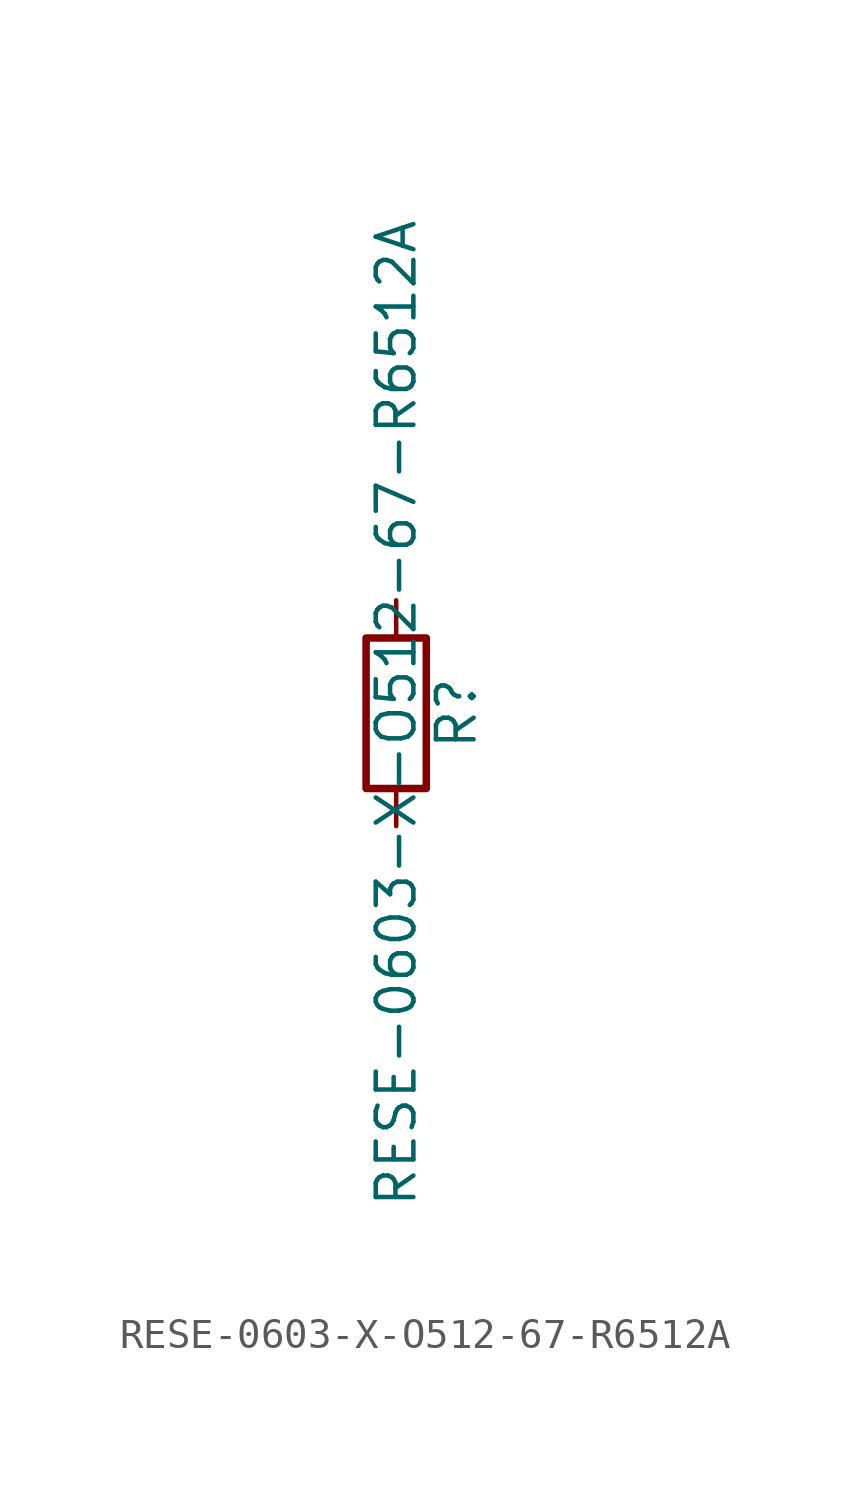
<source format=kicad_sym>
(kicad_symbol_lib
  (version 20211014)
  (generator kicad_symbol_editor)
  (symbol "RESE-0603-X-O512-67-R6512A"
    (pin_numbers hide)
    (pin_names
      (offset 0))
    (property "Reference" "R"
      (at 2.032 0 90)
      (effects (font (size 1.27 1.27))))
    (property "Value" "RESE-0603-X-O512-67-R6512A"
      (at 0 0 90)
      (effects (font (size 1.27 1.27))))
    (symbol "RESE-0603-X-O512-67-R6512A_0_1"
      (rectangle (start -1.016 -2.54) (end 1.016 2.54) (stroke (width 0.254) (type default) (color 0 0 0 0)) (fill (type none))))
    (symbol "RESE-0603-X-O512-67-R6512A_1_1"
      (pin passive line (at 0 3.81 270) (length 1.27) (name "~" (effects (font (size 1.27 1.27)))) (number "1" (effects (font (size 1.27 1.27)))))
      (pin passive line (at 0 -3.81 90) (length 1.27) (name "~" (effects (font (size 1.27 1.27)))) (number "2" (effects (font (size 1.27 1.27))))))))
</source>
